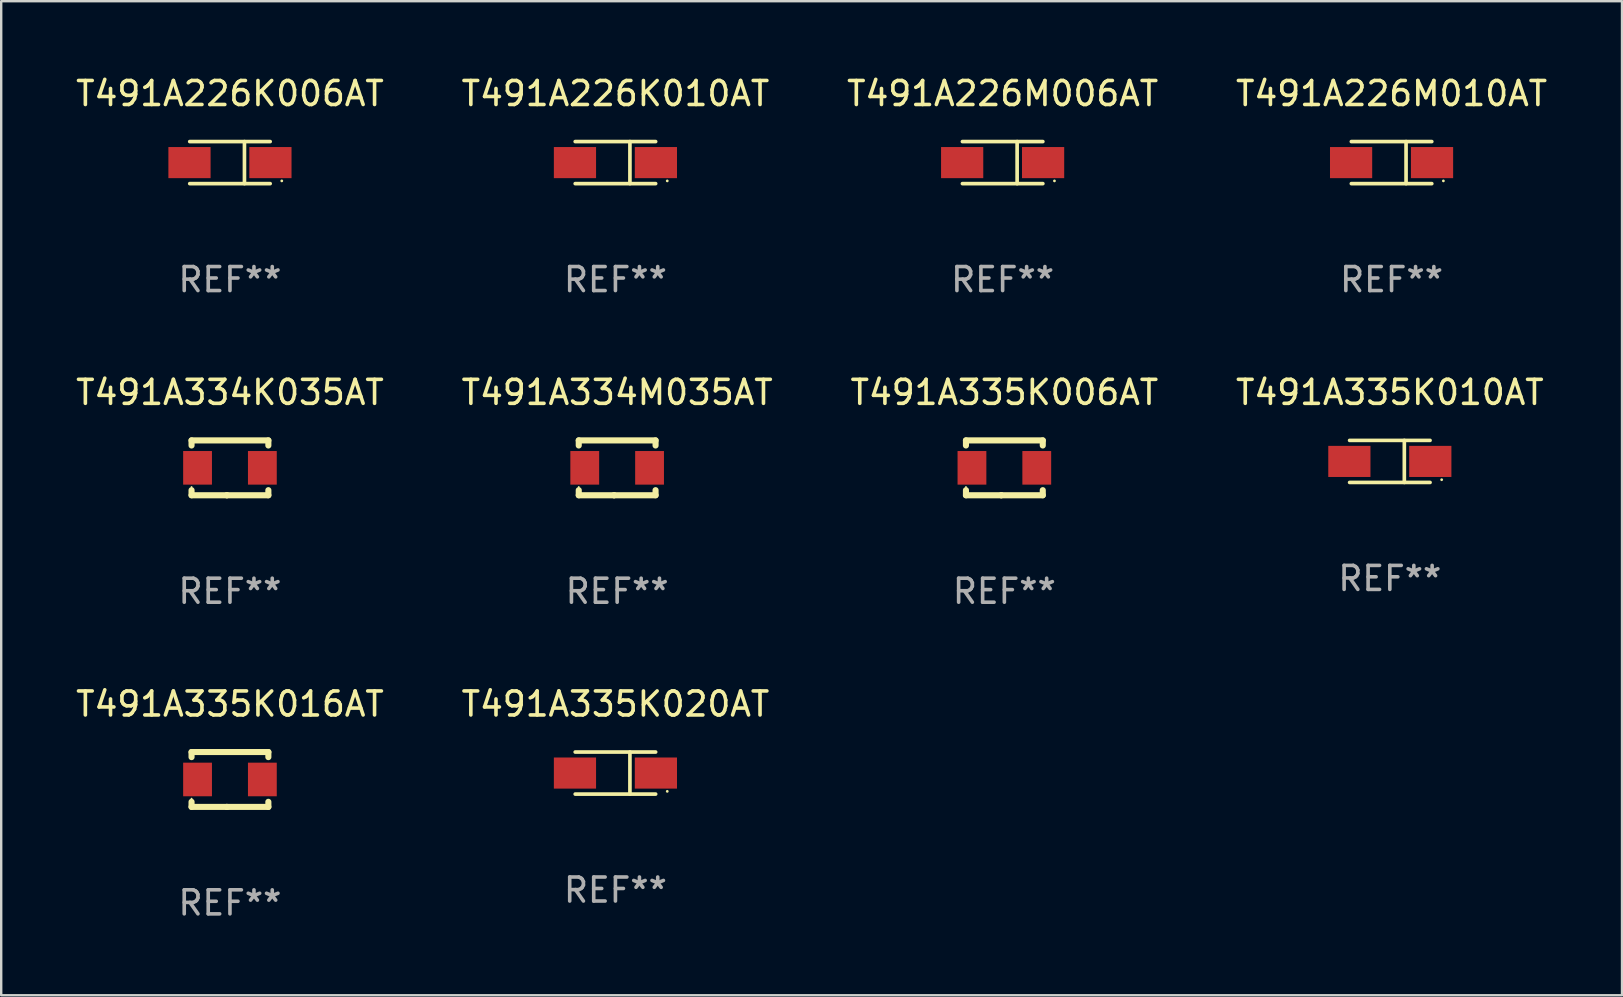
<source format=kicad_pcb>
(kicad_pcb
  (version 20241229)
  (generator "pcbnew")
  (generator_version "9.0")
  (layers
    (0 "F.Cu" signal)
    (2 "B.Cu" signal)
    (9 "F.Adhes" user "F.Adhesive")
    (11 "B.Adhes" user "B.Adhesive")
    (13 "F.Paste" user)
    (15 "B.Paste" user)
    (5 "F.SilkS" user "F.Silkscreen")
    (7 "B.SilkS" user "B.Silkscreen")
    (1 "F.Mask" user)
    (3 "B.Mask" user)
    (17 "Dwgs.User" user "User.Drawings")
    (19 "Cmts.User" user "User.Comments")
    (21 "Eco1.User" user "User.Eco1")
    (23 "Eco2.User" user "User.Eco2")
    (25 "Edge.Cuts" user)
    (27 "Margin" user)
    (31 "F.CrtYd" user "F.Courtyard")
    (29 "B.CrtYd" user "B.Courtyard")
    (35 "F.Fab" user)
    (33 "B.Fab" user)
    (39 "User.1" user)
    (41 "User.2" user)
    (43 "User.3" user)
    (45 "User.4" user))
  (footprint "T491A334K035AT"
    (layer "F.Cu")
    (at 6.53 16.44)
    (property "Reference" "T491A334K035AT" (at 0 -3.143 0) (layer "F.SilkS") (effects (font (size 1 1) (thickness 0.15))))
    (attr through_hole)
    (fp_line (start -1.6 1.143) (end -0.128 1.143) (stroke (width 0.254) (type solid)) (layer "F.SilkS"))
    (fp_line (start -1.6 -1.143) (end -1.6 -0.931) (stroke (width 0.254) (type solid)) (layer "F.SilkS"))
    (fp_line (start -1.6 -1.143) (end 1.6 -1.143) (stroke (width 0.254) (type solid)) (layer "F.SilkS"))
    (fp_line (start -1.6 0.931) (end -1.6 1.143) (stroke (width 0.254) (type solid)) (layer "F.SilkS"))
    (fp_line (start -0.128 1.143) (end -0.128 1.143) (stroke (width 0.254) (type solid)) (layer "F.SilkS"))
    (fp_line (start -0.128 1.143) (end 1.6 1.143) (stroke (width 0.254) (type solid)) (layer "F.SilkS"))
    (fp_line (start 1.6 -1.143) (end 1.6 -0.931) (stroke (width 0.254) (type solid)) (layer "F.SilkS"))
    (fp_line (start 1.6 0.931) (end 1.6 1.143) (stroke (width 0.254) (type solid)) (layer "F.SilkS"))
    (fp_circle (center -1.6 0.8) (end -1.58 0.8) (stroke (width 0.04) (type solid)) (fill no) (layer "F.SilkS"))
    (fp_text user "REF**" (at 0 5.143 0) (layer "F.Fab") (effects (font (size 1 1) (thickness 0.15))))
    (pad "1" smd rect (at -1.35 0) (size 1.2 1.4) (layers "F.Cu" "F.Mask" "F.Paste"))
    (pad "2" smd rect (at 1.35 0) (size 1.2 1.4) (layers "F.Cu" "F.Mask" "F.Paste")))
  (footprint "T491A335K006AT"
    (layer "F.Cu")
    (at 38.792 16.44)
    (property "Reference" "T491A335K006AT" (at 0 -3.143 0) (layer "F.SilkS") (effects (font (size 1 1) (thickness 0.15))))
    (attr through_hole)
    (fp_line (start -1.6 1.143) (end -0.128 1.143) (stroke (width 0.254) (type solid)) (layer "F.SilkS"))
    (fp_line (start -1.6 -1.143) (end -1.6 -0.931) (stroke (width 0.254) (type solid)) (layer "F.SilkS"))
    (fp_line (start -1.6 -1.143) (end 1.6 -1.143) (stroke (width 0.254) (type solid)) (layer "F.SilkS"))
    (fp_line (start -1.6 0.931) (end -1.6 1.143) (stroke (width 0.254) (type solid)) (layer "F.SilkS"))
    (fp_line (start -0.128 1.143) (end -0.128 1.143) (stroke (width 0.254) (type solid)) (layer "F.SilkS"))
    (fp_line (start -0.128 1.143) (end 1.6 1.143) (stroke (width 0.254) (type solid)) (layer "F.SilkS"))
    (fp_line (start 1.6 -1.143) (end 1.6 -0.931) (stroke (width 0.254) (type solid)) (layer "F.SilkS"))
    (fp_line (start 1.6 0.931) (end 1.6 1.143) (stroke (width 0.254) (type solid)) (layer "F.SilkS"))
    (fp_circle (center -1.6 0.8) (end -1.58 0.8) (stroke (width 0.04) (type solid)) (fill no) (layer "F.SilkS"))
    (fp_text user "REF**" (at 0 5.143 0) (layer "F.Fab") (effects (font (size 1 1) (thickness 0.15))))
    (pad "1" smd rect (at -1.35 0) (size 1.2 1.4) (layers "F.Cu" "F.Mask" "F.Paste"))
    (pad "2" smd rect (at 1.35 0) (size 1.2 1.4) (layers "F.Cu" "F.Mask" "F.Paste")))
  (footprint "T491A335K016AT"
    (layer "F.Cu")
    (at 6.53 29.423)
    (property "Reference" "T491A335K016AT" (at 0 -3.143 0) (layer "F.SilkS") (effects (font (size 1 1) (thickness 0.15))))
    (attr through_hole)
    (fp_line (start -1.6 1.143) (end -0.128 1.143) (stroke (width 0.254) (type solid)) (layer "F.SilkS"))
    (fp_line (start -1.6 -1.143) (end -1.6 -0.931) (stroke (width 0.254) (type solid)) (layer "F.SilkS"))
    (fp_line (start -1.6 -1.143) (end 1.6 -1.143) (stroke (width 0.254) (type solid)) (layer "F.SilkS"))
    (fp_line (start -1.6 0.931) (end -1.6 1.143) (stroke (width 0.254) (type solid)) (layer "F.SilkS"))
    (fp_line (start -0.128 1.143) (end -0.128 1.143) (stroke (width 0.254) (type solid)) (layer "F.SilkS"))
    (fp_line (start -0.128 1.143) (end 1.6 1.143) (stroke (width 0.254) (type solid)) (layer "F.SilkS"))
    (fp_line (start 1.6 -1.143) (end 1.6 -0.931) (stroke (width 0.254) (type solid)) (layer "F.SilkS"))
    (fp_line (start 1.6 0.931) (end 1.6 1.143) (stroke (width 0.254) (type solid)) (layer "F.SilkS"))
    (fp_circle (center -1.6 0.8) (end -1.58 0.8) (stroke (width 0.04) (type solid)) (fill no) (layer "F.SilkS"))
    (fp_text user "REF**" (at 0 5.143 0) (layer "F.Fab") (effects (font (size 1 1) (thickness 0.15))))
    (pad "1" smd rect (at -1.35 0) (size 1.2 1.4) (layers "F.Cu" "F.Mask" "F.Paste"))
    (pad "2" smd rect (at 1.35 0) (size 1.2 1.4) (layers "F.Cu" "F.Mask" "F.Paste")))
  (footprint "T491A334M035AT"
    (layer "F.Cu")
    (at 22.661 16.44)
    (property "Reference" "T491A334M035AT" (at 0 -3.143 0) (layer "F.SilkS") (effects (font (size 1 1) (thickness 0.15))))
    (attr through_hole)
    (fp_line (start -1.6 1.143) (end -0.128 1.143) (stroke (width 0.254) (type solid)) (layer "F.SilkS"))
    (fp_line (start -1.6 -1.143) (end -1.6 -0.931) (stroke (width 0.254) (type solid)) (layer "F.SilkS"))
    (fp_line (start -1.6 -1.143) (end 1.6 -1.143) (stroke (width 0.254) (type solid)) (layer "F.SilkS"))
    (fp_line (start -1.6 0.931) (end -1.6 1.143) (stroke (width 0.254) (type solid)) (layer "F.SilkS"))
    (fp_line (start -0.128 1.143) (end -0.128 1.143) (stroke (width 0.254) (type solid)) (layer "F.SilkS"))
    (fp_line (start -0.128 1.143) (end 1.6 1.143) (stroke (width 0.254) (type solid)) (layer "F.SilkS"))
    (fp_line (start 1.6 -1.143) (end 1.6 -0.931) (stroke (width 0.254) (type solid)) (layer "F.SilkS"))
    (fp_line (start 1.6 0.931) (end 1.6 1.143) (stroke (width 0.254) (type solid)) (layer "F.SilkS"))
    (fp_circle (center -1.6 0.8) (end -1.58 0.8) (stroke (width 0.04) (type solid)) (fill no) (layer "F.SilkS"))
    (fp_text user "REF**" (at 0 5.143 0) (layer "F.Fab") (effects (font (size 1 1) (thickness 0.15))))
    (pad "1" smd rect (at -1.35 0) (size 1.2 1.4) (layers "F.Cu" "F.Mask" "F.Paste"))
    (pad "2" smd rect (at 1.35 0) (size 1.2 1.4) (layers "F.Cu" "F.Mask" "F.Paste")))
  (footprint "T491A226K010AT"
    (layer "F.Cu")
    (at 22.589 3.724)
    (property "Reference" "T491A226K010AT" (at 0 -2.876 0) (layer "F.SilkS") (effects (font (size 1 1) (thickness 0.15))))
    (attr through_hole)
    (fp_line (start -1.676 -0.876) (end 1.676 -0.876) (stroke (width 0.152) (type solid)) (layer "F.SilkS"))
    (fp_line (start -1.676 0.876) (end 1.676 0.876) (stroke (width 0.152) (type solid)) (layer "F.SilkS"))
    (fp_line (start 0.604 -0.876) (end 0.604 0.876) (stroke (width 0.152) (type solid)) (layer "F.SilkS"))
    (fp_circle (center 2.159 0.762) (end 2.189 0.762) (stroke (width 0.06) (type solid)) (fill no) (layer "F.SilkS"))
    (fp_text user "REF**" (at 0 4.876 0) (layer "F.Fab") (effects (font (size 1 1) (thickness 0.15))))
    (pad "1" smd rect (at 1.686 0) (size 1.758 1.296) (layers "F.Cu" "F.Mask" "F.Paste"))
    (pad "2" smd rect (at -1.686 0) (size 1.758 1.296) (layers "F.Cu" "F.Mask" "F.Paste")))
  (footprint "T491A226M006AT"
    (layer "F.Cu")
    (at 38.72 3.724)
    (property "Reference" "T491A226M006AT" (at 0 -2.876 0) (layer "F.SilkS") (effects (font (size 1 1) (thickness 0.15))))
    (attr through_hole)
    (fp_line (start -1.676 -0.876) (end 1.676 -0.876) (stroke (width 0.152) (type solid)) (layer "F.SilkS"))
    (fp_line (start -1.676 0.876) (end 1.676 0.876) (stroke (width 0.152) (type solid)) (layer "F.SilkS"))
    (fp_line (start 0.604 -0.876) (end 0.604 0.876) (stroke (width 0.152) (type solid)) (layer "F.SilkS"))
    (fp_circle (center 2.159 0.762) (end 2.189 0.762) (stroke (width 0.06) (type solid)) (fill no) (layer "F.SilkS"))
    (fp_text user "REF**" (at 0 4.876 0) (layer "F.Fab") (effects (font (size 1 1) (thickness 0.15))))
    (pad "1" smd rect (at 1.686 0) (size 1.758 1.296) (layers "F.Cu" "F.Mask" "F.Paste"))
    (pad "2" smd rect (at -1.686 0) (size 1.758 1.296) (layers "F.Cu" "F.Mask" "F.Paste")))
  (footprint "T491A226M010AT"
    (layer "F.Cu")
    (at 54.923 3.724)
    (property "Reference" "T491A226M010AT" (at 0 -2.876 0) (layer "F.SilkS") (effects (font (size 1 1) (thickness 0.15))))
    (attr through_hole)
    (fp_line (start -1.676 -0.876) (end 1.676 -0.876) (stroke (width 0.152) (type solid)) (layer "F.SilkS"))
    (fp_line (start -1.676 0.876) (end 1.676 0.876) (stroke (width 0.152) (type solid)) (layer "F.SilkS"))
    (fp_line (start 0.604 -0.876) (end 0.604 0.876) (stroke (width 0.152) (type solid)) (layer "F.SilkS"))
    (fp_circle (center 2.159 0.762) (end 2.189 0.762) (stroke (width 0.06) (type solid)) (fill no) (layer "F.SilkS"))
    (fp_text user "REF**" (at 0 4.876 0) (layer "F.Fab") (effects (font (size 1 1) (thickness 0.15))))
    (pad "1" smd rect (at 1.686 0) (size 1.758 1.296) (layers "F.Cu" "F.Mask" "F.Paste"))
    (pad "2" smd rect (at -1.686 0) (size 1.758 1.296) (layers "F.Cu" "F.Mask" "F.Paste")))
  (footprint "T491A335K020AT"
    (layer "F.Cu")
    (at 22.589 29.156)
    (property "Reference" "T491A335K020AT" (at 0 -2.876 0) (layer "F.SilkS") (effects (font (size 1 1) (thickness 0.15))))
    (attr through_hole)
    (fp_line (start -1.676 -0.876) (end 1.676 -0.876) (stroke (width 0.152) (type solid)) (layer "F.SilkS"))
    (fp_line (start -1.676 0.876) (end 1.676 0.876) (stroke (width 0.152) (type solid)) (layer "F.SilkS"))
    (fp_line (start 0.604 -0.876) (end 0.604 0.876) (stroke (width 0.152) (type solid)) (layer "F.SilkS"))
    (fp_circle (center 2.159 0.762) (end 2.189 0.762) (stroke (width 0.06) (type solid)) (fill no) (layer "F.SilkS"))
    (fp_text user "REF**" (at 0 4.876 0) (layer "F.Fab") (effects (font (size 1 1) (thickness 0.15))))
    (pad "1" smd rect (at 1.686 0) (size 1.758 1.296) (layers "F.Cu" "F.Mask" "F.Paste"))
    (pad "2" smd rect (at -1.686 0) (size 1.758 1.296) (layers "F.Cu" "F.Mask" "F.Paste")))
  (footprint "T491A335K010AT"
    (layer "F.Cu")
    (at 54.851 16.173)
    (property "Reference" "T491A335K010AT" (at 0 -2.876 0) (layer "F.SilkS") (effects (font (size 1 1) (thickness 0.15))))
    (attr through_hole)
    (fp_line (start -1.676 -0.876) (end 1.676 -0.876) (stroke (width 0.152) (type solid)) (layer "F.SilkS"))
    (fp_line (start -1.676 0.876) (end 1.676 0.876) (stroke (width 0.152) (type solid)) (layer "F.SilkS"))
    (fp_line (start 0.604 -0.876) (end 0.604 0.876) (stroke (width 0.152) (type solid)) (layer "F.SilkS"))
    (fp_circle (center 2.159 0.762) (end 2.189 0.762) (stroke (width 0.06) (type solid)) (fill no) (layer "F.SilkS"))
    (fp_text user "REF**" (at 0 4.876 0) (layer "F.Fab") (effects (font (size 1 1) (thickness 0.15))))
    (pad "1" smd rect (at 1.686 0) (size 1.758 1.296) (layers "F.Cu" "F.Mask" "F.Paste"))
    (pad "2" smd rect (at -1.686 0) (size 1.758 1.296) (layers "F.Cu" "F.Mask" "F.Paste")))
  (footprint "T491A226K006AT"
    (layer "F.Cu")
    (at 6.53 3.724)
    (property "Reference" "T491A226K006AT" (at 0 -2.876 0) (layer "F.SilkS") (effects (font (size 1 1) (thickness 0.15))))
    (attr through_hole)
    (fp_line (start -1.676 -0.876) (end 1.676 -0.876) (stroke (width 0.152) (type solid)) (layer "F.SilkS"))
    (fp_line (start -1.676 0.876) (end 1.676 0.876) (stroke (width 0.152) (type solid)) (layer "F.SilkS"))
    (fp_line (start 0.604 -0.876) (end 0.604 0.876) (stroke (width 0.152) (type solid)) (layer "F.SilkS"))
    (fp_circle (center 2.159 0.762) (end 2.189 0.762) (stroke (width 0.06) (type solid)) (fill no) (layer "F.SilkS"))
    (fp_text user "REF**" (at 0 4.876 0) (layer "F.Fab") (effects (font (size 1 1) (thickness 0.15))))
    (pad "1" smd rect (at 1.686 0) (size 1.758 1.296) (layers "F.Cu" "F.Mask" "F.Paste"))
    (pad "2" smd rect (at -1.686 0) (size 1.758 1.296) (layers "F.Cu" "F.Mask" "F.Paste")))
  (gr_rect
    (start -3 -3)
    (end 64.524 38.414)
    (stroke (width 0.1) (type default))
    (fill no)
    (layer "Edge.Cuts")))
</source>
